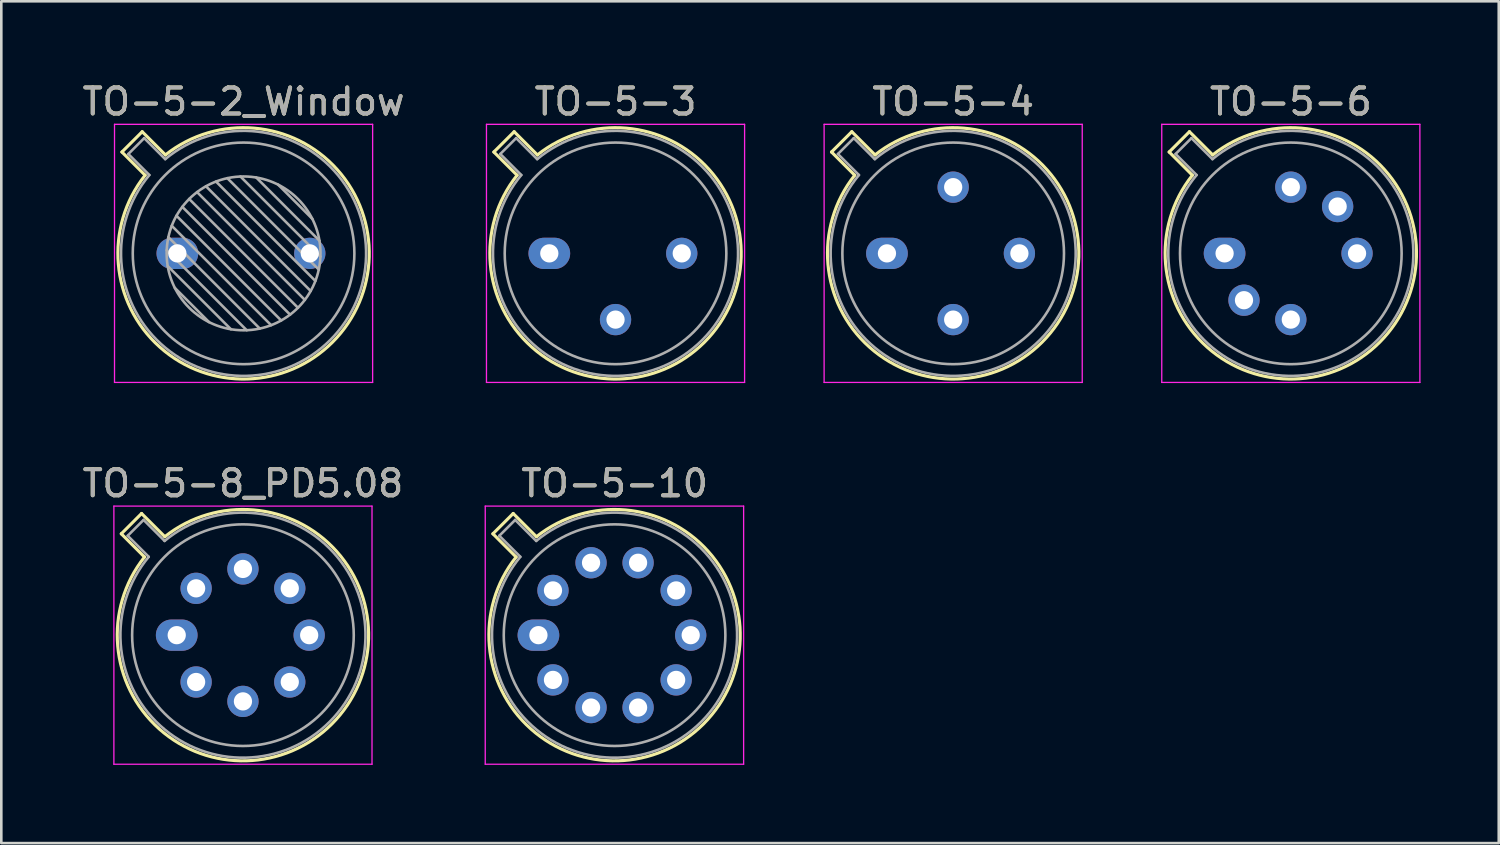
<source format=kicad_pcb>
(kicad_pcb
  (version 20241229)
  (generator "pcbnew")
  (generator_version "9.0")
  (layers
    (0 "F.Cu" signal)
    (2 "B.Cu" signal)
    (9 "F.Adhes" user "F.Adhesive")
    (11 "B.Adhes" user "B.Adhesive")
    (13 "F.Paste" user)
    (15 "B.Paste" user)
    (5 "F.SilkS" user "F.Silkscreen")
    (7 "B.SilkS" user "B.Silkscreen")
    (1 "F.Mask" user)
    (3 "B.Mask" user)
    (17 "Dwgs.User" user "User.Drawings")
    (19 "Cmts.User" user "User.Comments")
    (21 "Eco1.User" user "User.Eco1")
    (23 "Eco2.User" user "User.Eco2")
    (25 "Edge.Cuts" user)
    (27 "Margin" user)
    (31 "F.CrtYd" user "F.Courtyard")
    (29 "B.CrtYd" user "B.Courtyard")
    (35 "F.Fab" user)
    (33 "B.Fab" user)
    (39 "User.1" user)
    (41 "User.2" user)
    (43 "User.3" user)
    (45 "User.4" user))
  (footprint "TO-5-2_Window"
    (layer "F.Cu")
    (at 3.752 6.668)
    (property "Reference" "TO-5-2_Window" (at 2.54 -5.82 0) (layer "F.SilkS") (effects (font (size 1 1) (thickness 0.15))))
    (attr through_hole)
    (fp_line (start -2.126 -3.888) (end -1.235 -2.997) (stroke (width 0.12) (type solid)) (layer "F.SilkS"))
    (fp_line (start -1.348 -4.666) (end -2.126 -3.888) (stroke (width 0.12) (type solid)) (layer "F.SilkS"))
    (fp_line (start -0.457 -3.775) (end -1.348 -4.666) (stroke (width 0.12) (type solid)) (layer "F.SilkS"))
    (fp_arc (start -0.457084 -3.774902) (mid 5.948125 3.408384) (end -1.234674 -2.997371) (stroke (width 0.12) (type solid)) (layer "F.SilkS"))
    (fp_line (start -2.41 -4.95) (end -2.41 4.95) (stroke (width 0.05) (type solid)) (layer "F.CrtYd"))
    (fp_line (start -2.41 4.95) (end 7.49 4.95) (stroke (width 0.05) (type solid)) (layer "F.CrtYd"))
    (fp_line (start 7.49 -4.95) (end -2.41 -4.95) (stroke (width 0.05) (type solid)) (layer "F.CrtYd"))
    (fp_line (start 7.49 4.95) (end 7.49 -4.95) (stroke (width 0.05) (type solid)) (layer "F.CrtYd"))
    (fp_line (start -1.88 -3.812) (end -1.074 -3.005) (stroke (width 0.1) (type solid)) (layer "F.Fab"))
    (fp_line (start -1.272 -4.42) (end -1.88 -3.812) (stroke (width 0.1) (type solid)) (layer "F.Fab"))
    (fp_line (start -0.465 -3.614) (end -1.272 -4.42) (stroke (width 0.1) (type solid)) (layer "F.Fab"))
    (fp_line (start -0.408 -0.12) (end 2.66 2.948) (stroke (width 0.1) (type solid)) (layer "F.Fab"))
    (fp_line (start -0.371 0.485) (end 2.055 2.911) (stroke (width 0.1) (type solid)) (layer "F.Fab"))
    (fp_line (start -0.344 -0.622) (end 3.162 2.884) (stroke (width 0.1) (type solid)) (layer "F.Fab"))
    (fp_line (start -0.215 -1.058) (end 3.598 2.755) (stroke (width 0.1) (type solid)) (layer "F.Fab"))
    (fp_line (start -0.097 1.324) (end 1.216 2.637) (stroke (width 0.1) (type solid)) (layer "F.Fab"))
    (fp_line (start -0.034 -1.443) (end 3.983 2.574) (stroke (width 0.1) (type solid)) (layer "F.Fab"))
    (fp_line (start 0.19 -1.784) (end 4.324 2.35) (stroke (width 0.1) (type solid)) (layer "F.Fab"))
    (fp_line (start 0.454 -2.086) (end 4.626 2.086) (stroke (width 0.1) (type solid)) (layer "F.Fab"))
    (fp_line (start 0.756 -2.35) (end 4.89 1.784) (stroke (width 0.1) (type solid)) (layer "F.Fab"))
    (fp_line (start 1.097 -2.574) (end 5.114 1.443) (stroke (width 0.1) (type solid)) (layer "F.Fab"))
    (fp_line (start 1.482 -2.755) (end 5.295 1.058) (stroke (width 0.1) (type solid)) (layer "F.Fab"))
    (fp_line (start 1.918 -2.884) (end 5.424 0.622) (stroke (width 0.1) (type solid)) (layer "F.Fab"))
    (fp_line (start 2.42 -2.948) (end 5.488 0.12) (stroke (width 0.1) (type solid)) (layer "F.Fab"))
    (fp_line (start 3.025 -2.911) (end 5.451 -0.485) (stroke (width 0.1) (type solid)) (layer "F.Fab"))
    (fp_line (start 3.864 -2.637) (end 5.177 -1.324) (stroke (width 0.1) (type solid)) (layer "F.Fab"))
    (fp_arc (start -0.465408 -3.61352) (mid 5.863443 3.323361) (end -1.073594 -3.005319) (stroke (width 0.1) (type solid)) (layer "F.Fab"))
    (fp_circle (center 2.54 0) (end 5.49 0) (stroke (width 0.1) (type solid)) (fill no) (layer "F.Fab"))
    (fp_circle (center 2.54 0) (end 6.79 0) (stroke (width 0.1) (type solid)) (fill no) (layer "F.Fab"))
    (fp_text user "${REFERENCE}" (at 2.54 -5.82 0) (layer "F.Fab") (effects (font (size 1 1) (thickness 0.15))))
    (pad "1" thru_hole oval (at 0 0) (size 1.6 1.2) (drill 0.7) (layers "*.Cu" "*.Mask"))
    (pad "2" thru_hole oval (at 5.08 0) (size 1.2 1.2) (drill 0.7) (layers "*.Cu" "*.Mask")))
  (footprint "TO-5-10"
    (layer "F.Cu")
    (at 17.601 21.311)
    (property "Reference" "TO-5-10" (at 2.92 -5.82 0) (layer "F.SilkS") (effects (font (size 1 1) (thickness 0.15))))
    (attr through_hole)
    (fp_line (start -1.746 -3.888) (end -0.855 -2.997) (stroke (width 0.12) (type solid)) (layer "F.SilkS"))
    (fp_line (start -0.968 -4.666) (end -1.746 -3.888) (stroke (width 0.12) (type solid)) (layer "F.SilkS"))
    (fp_line (start -0.077 -3.775) (end -0.968 -4.666) (stroke (width 0.12) (type solid)) (layer "F.SilkS"))
    (fp_arc (start -0.077084 -3.774902) (mid 6.328125 3.408384) (end -0.854674 -2.997371) (stroke (width 0.12) (type solid)) (layer "F.SilkS"))
    (fp_line (start -2.04 -4.95) (end -2.04 4.95) (stroke (width 0.05) (type solid)) (layer "F.CrtYd"))
    (fp_line (start -2.04 4.95) (end 7.87 4.95) (stroke (width 0.05) (type solid)) (layer "F.CrtYd"))
    (fp_line (start 7.87 -4.95) (end -2.04 -4.95) (stroke (width 0.05) (type solid)) (layer "F.CrtYd"))
    (fp_line (start 7.87 4.95) (end 7.87 -4.95) (stroke (width 0.05) (type solid)) (layer "F.CrtYd"))
    (fp_line (start -1.5 -3.812) (end -0.694 -3.005) (stroke (width 0.1) (type solid)) (layer "F.Fab"))
    (fp_line (start -0.892 -4.42) (end -1.5 -3.812) (stroke (width 0.1) (type solid)) (layer "F.Fab"))
    (fp_line (start -0.085 -3.614) (end -0.892 -4.42) (stroke (width 0.1) (type solid)) (layer "F.Fab"))
    (fp_arc (start -0.085408 -3.61352) (mid 6.243443 3.323361) (end -0.693594 -3.005319) (stroke (width 0.1) (type solid)) (layer "F.Fab"))
    (fp_circle (center 2.92 0) (end 7.17 0) (stroke (width 0.1) (type solid)) (fill no) (layer "F.Fab"))
    (fp_text user "${REFERENCE}" (at 2.92 -5.82 0) (layer "F.Fab") (effects (font (size 1 1) (thickness 0.15))))
    (pad "1" thru_hole oval (at 0 0) (size 1.6 1.2) (drill 0.7) (layers "*.Cu" "*.Mask"))
    (pad "2" thru_hole oval (at 0.558 1.716) (size 1.2 1.2) (drill 0.7) (layers "*.Cu" "*.Mask"))
    (pad "3" thru_hole oval (at 2.018 2.777) (size 1.2 1.2) (drill 0.7) (layers "*.Cu" "*.Mask"))
    (pad "4" thru_hole oval (at 3.822 2.777) (size 1.2 1.2) (drill 0.7) (layers "*.Cu" "*.Mask"))
    (pad "5" thru_hole oval (at 5.282 1.716) (size 1.2 1.2) (drill 0.7) (layers "*.Cu" "*.Mask"))
    (pad "6" thru_hole oval (at 5.84 0) (size 1.2 1.2) (drill 0.7) (layers "*.Cu" "*.Mask"))
    (pad "7" thru_hole oval (at 5.282 -1.716) (size 1.2 1.2) (drill 0.7) (layers "*.Cu" "*.Mask"))
    (pad "8" thru_hole oval (at 3.822 -2.777) (size 1.2 1.2) (drill 0.7) (layers "*.Cu" "*.Mask"))
    (pad "9" thru_hole oval (at 2.018 -2.777) (size 1.2 1.2) (drill 0.7) (layers "*.Cu" "*.Mask"))
    (pad "10" thru_hole oval (at 0.558 -1.716) (size 1.2 1.2) (drill 0.7) (layers "*.Cu" "*.Mask")))
  (footprint "TO-5-6"
    (layer "F.Cu")
    (at 43.918 6.668)
    (property "Reference" "TO-5-6" (at 2.54 -5.82 0) (layer "F.SilkS") (effects (font (size 1 1) (thickness 0.15))))
    (attr through_hole)
    (fp_line (start -2.126 -3.888) (end -1.235 -2.997) (stroke (width 0.12) (type solid)) (layer "F.SilkS"))
    (fp_line (start -1.348 -4.666) (end -2.126 -3.888) (stroke (width 0.12) (type solid)) (layer "F.SilkS"))
    (fp_line (start -0.457 -3.775) (end -1.348 -4.666) (stroke (width 0.12) (type solid)) (layer "F.SilkS"))
    (fp_arc (start -0.457084 -3.774902) (mid 5.948125 3.408384) (end -1.234674 -2.997371) (stroke (width 0.12) (type solid)) (layer "F.SilkS"))
    (fp_line (start -2.41 -4.95) (end -2.41 4.95) (stroke (width 0.05) (type solid)) (layer "F.CrtYd"))
    (fp_line (start -2.41 4.95) (end 7.49 4.95) (stroke (width 0.05) (type solid)) (layer "F.CrtYd"))
    (fp_line (start 7.49 -4.95) (end -2.41 -4.95) (stroke (width 0.05) (type solid)) (layer "F.CrtYd"))
    (fp_line (start 7.49 4.95) (end 7.49 -4.95) (stroke (width 0.05) (type solid)) (layer "F.CrtYd"))
    (fp_line (start -1.88 -3.812) (end -1.074 -3.005) (stroke (width 0.1) (type solid)) (layer "F.Fab"))
    (fp_line (start -1.272 -4.42) (end -1.88 -3.812) (stroke (width 0.1) (type solid)) (layer "F.Fab"))
    (fp_line (start -0.465 -3.614) (end -1.272 -4.42) (stroke (width 0.1) (type solid)) (layer "F.Fab"))
    (fp_arc (start -0.465408 -3.61352) (mid 5.863443 3.323361) (end -1.073594 -3.005319) (stroke (width 0.1) (type solid)) (layer "F.Fab"))
    (fp_circle (center 2.54 0) (end 6.79 0) (stroke (width 0.1) (type solid)) (fill no) (layer "F.Fab"))
    (fp_text user "${REFERENCE}" (at 2.54 -5.82 0) (layer "F.Fab") (effects (font (size 1 1) (thickness 0.15))))
    (pad "1" thru_hole oval (at 0 0) (size 1.6 1.2) (drill 0.7) (layers "*.Cu" "*.Mask"))
    (pad "2" thru_hole oval (at 0.744 1.796) (size 1.2 1.2) (drill 0.7) (layers "*.Cu" "*.Mask"))
    (pad "3" thru_hole oval (at 2.54 2.54) (size 1.2 1.2) (drill 0.7) (layers "*.Cu" "*.Mask"))
    (pad "4" thru_hole oval (at 5.08 0) (size 1.2 1.2) (drill 0.7) (layers "*.Cu" "*.Mask"))
    (pad "5" thru_hole oval (at 4.336 -1.796) (size 1.2 1.2) (drill 0.7) (layers "*.Cu" "*.Mask"))
    (pad "6" thru_hole oval (at 2.54 -2.54) (size 1.2 1.2) (drill 0.7) (layers "*.Cu" "*.Mask")))
  (footprint "TO-5-3"
    (layer "F.Cu")
    (at 18.018 6.668)
    (property "Reference" "TO-5-3" (at 2.54 -5.82 0) (layer "F.SilkS") (effects (font (size 1 1) (thickness 0.15))))
    (attr through_hole)
    (fp_line (start -2.126 -3.888) (end -1.235 -2.997) (stroke (width 0.12) (type solid)) (layer "F.SilkS"))
    (fp_line (start -1.348 -4.666) (end -2.126 -3.888) (stroke (width 0.12) (type solid)) (layer "F.SilkS"))
    (fp_line (start -0.457 -3.775) (end -1.348 -4.666) (stroke (width 0.12) (type solid)) (layer "F.SilkS"))
    (fp_arc (start -0.457084 -3.774902) (mid 5.948125 3.408384) (end -1.234674 -2.997371) (stroke (width 0.12) (type solid)) (layer "F.SilkS"))
    (fp_line (start -2.41 -4.95) (end -2.41 4.95) (stroke (width 0.05) (type solid)) (layer "F.CrtYd"))
    (fp_line (start -2.41 4.95) (end 7.49 4.95) (stroke (width 0.05) (type solid)) (layer "F.CrtYd"))
    (fp_line (start 7.49 -4.95) (end -2.41 -4.95) (stroke (width 0.05) (type solid)) (layer "F.CrtYd"))
    (fp_line (start 7.49 4.95) (end 7.49 -4.95) (stroke (width 0.05) (type solid)) (layer "F.CrtYd"))
    (fp_line (start -1.88 -3.812) (end -1.074 -3.005) (stroke (width 0.1) (type solid)) (layer "F.Fab"))
    (fp_line (start -1.272 -4.42) (end -1.88 -3.812) (stroke (width 0.1) (type solid)) (layer "F.Fab"))
    (fp_line (start -0.465 -3.614) (end -1.272 -4.42) (stroke (width 0.1) (type solid)) (layer "F.Fab"))
    (fp_arc (start -0.465408 -3.61352) (mid 5.863443 3.323361) (end -1.073594 -3.005319) (stroke (width 0.1) (type solid)) (layer "F.Fab"))
    (fp_circle (center 2.54 0) (end 6.79 0) (stroke (width 0.1) (type solid)) (fill no) (layer "F.Fab"))
    (fp_text user "${REFERENCE}" (at 2.54 -5.82 0) (layer "F.Fab") (effects (font (size 1 1) (thickness 0.15))))
    (pad "1" thru_hole oval (at 0 0) (size 1.6 1.2) (drill 0.7) (layers "*.Cu" "*.Mask"))
    (pad "2" thru_hole oval (at 2.54 2.54) (size 1.2 1.2) (drill 0.7) (layers "*.Cu" "*.Mask"))
    (pad "3" thru_hole oval (at 5.08 0) (size 1.2 1.2) (drill 0.7) (layers "*.Cu" "*.Mask")))
  (footprint "TO-5-8_PD5.08"
    (layer "F.Cu")
    (at 3.728 21.311)
    (property "Reference" "TO-5-8_PD5.08" (at 2.54 -5.82 0) (layer "F.SilkS") (effects (font (size 1 1) (thickness 0.15))))
    (attr through_hole)
    (fp_line (start -2.126 -3.888) (end -1.235 -2.997) (stroke (width 0.12) (type solid)) (layer "F.SilkS"))
    (fp_line (start -1.348 -4.666) (end -2.126 -3.888) (stroke (width 0.12) (type solid)) (layer "F.SilkS"))
    (fp_line (start -0.457 -3.775) (end -1.348 -4.666) (stroke (width 0.12) (type solid)) (layer "F.SilkS"))
    (fp_arc (start -0.457084 -3.774902) (mid 5.948125 3.408384) (end -1.234674 -2.997371) (stroke (width 0.12) (type solid)) (layer "F.SilkS"))
    (fp_line (start -2.41 -4.95) (end -2.41 4.95) (stroke (width 0.05) (type solid)) (layer "F.CrtYd"))
    (fp_line (start -2.41 4.95) (end 7.49 4.95) (stroke (width 0.05) (type solid)) (layer "F.CrtYd"))
    (fp_line (start 7.49 -4.95) (end -2.41 -4.95) (stroke (width 0.05) (type solid)) (layer "F.CrtYd"))
    (fp_line (start 7.49 4.95) (end 7.49 -4.95) (stroke (width 0.05) (type solid)) (layer "F.CrtYd"))
    (fp_line (start -1.88 -3.812) (end -1.074 -3.005) (stroke (width 0.1) (type solid)) (layer "F.Fab"))
    (fp_line (start -1.272 -4.42) (end -1.88 -3.812) (stroke (width 0.1) (type solid)) (layer "F.Fab"))
    (fp_line (start -0.465 -3.614) (end -1.272 -4.42) (stroke (width 0.1) (type solid)) (layer "F.Fab"))
    (fp_arc (start -0.465408 -3.61352) (mid 5.863443 3.323361) (end -1.073594 -3.005319) (stroke (width 0.1) (type solid)) (layer "F.Fab"))
    (fp_circle (center 2.54 0) (end 6.79 0) (stroke (width 0.1) (type solid)) (fill no) (layer "F.Fab"))
    (fp_text user "${REFERENCE}" (at 2.54 -5.82 0) (layer "F.Fab") (effects (font (size 1 1) (thickness 0.15))))
    (pad "1" thru_hole oval (at 0 0) (size 1.6 1.2) (drill 0.7) (layers "*.Cu" "*.Mask"))
    (pad "2" thru_hole oval (at 0.744 1.796) (size 1.2 1.2) (drill 0.7) (layers "*.Cu" "*.Mask"))
    (pad "3" thru_hole oval (at 2.54 2.54) (size 1.2 1.2) (drill 0.7) (layers "*.Cu" "*.Mask"))
    (pad "4" thru_hole oval (at 4.336 1.796) (size 1.2 1.2) (drill 0.7) (layers "*.Cu" "*.Mask"))
    (pad "5" thru_hole oval (at 5.08 0) (size 1.2 1.2) (drill 0.7) (layers "*.Cu" "*.Mask"))
    (pad "6" thru_hole oval (at 4.336 -1.796) (size 1.2 1.2) (drill 0.7) (layers "*.Cu" "*.Mask"))
    (pad "7" thru_hole oval (at 2.54 -2.54) (size 1.2 1.2) (drill 0.7) (layers "*.Cu" "*.Mask"))
    (pad "8" thru_hole oval (at 0.744 -1.796) (size 1.2 1.2) (drill 0.7) (layers "*.Cu" "*.Mask")))
  (footprint "TO-5-4"
    (layer "F.Cu")
    (at 30.968 6.668)
    (property "Reference" "TO-5-4" (at 2.54 -5.82 0) (layer "F.SilkS") (effects (font (size 1 1) (thickness 0.15))))
    (attr through_hole)
    (fp_line (start -2.126 -3.888) (end -1.235 -2.997) (stroke (width 0.12) (type solid)) (layer "F.SilkS"))
    (fp_line (start -1.348 -4.666) (end -2.126 -3.888) (stroke (width 0.12) (type solid)) (layer "F.SilkS"))
    (fp_line (start -0.457 -3.775) (end -1.348 -4.666) (stroke (width 0.12) (type solid)) (layer "F.SilkS"))
    (fp_arc (start -0.457084 -3.774902) (mid 5.948125 3.408384) (end -1.234674 -2.997371) (stroke (width 0.12) (type solid)) (layer "F.SilkS"))
    (fp_line (start -2.41 -4.95) (end -2.41 4.95) (stroke (width 0.05) (type solid)) (layer "F.CrtYd"))
    (fp_line (start -2.41 4.95) (end 7.49 4.95) (stroke (width 0.05) (type solid)) (layer "F.CrtYd"))
    (fp_line (start 7.49 -4.95) (end -2.41 -4.95) (stroke (width 0.05) (type solid)) (layer "F.CrtYd"))
    (fp_line (start 7.49 4.95) (end 7.49 -4.95) (stroke (width 0.05) (type solid)) (layer "F.CrtYd"))
    (fp_line (start -1.88 -3.812) (end -1.074 -3.005) (stroke (width 0.1) (type solid)) (layer "F.Fab"))
    (fp_line (start -1.272 -4.42) (end -1.88 -3.812) (stroke (width 0.1) (type solid)) (layer "F.Fab"))
    (fp_line (start -0.465 -3.614) (end -1.272 -4.42) (stroke (width 0.1) (type solid)) (layer "F.Fab"))
    (fp_arc (start -0.465408 -3.61352) (mid 5.863443 3.323361) (end -1.073594 -3.005319) (stroke (width 0.1) (type solid)) (layer "F.Fab"))
    (fp_circle (center 2.54 0) (end 6.79 0) (stroke (width 0.1) (type solid)) (fill no) (layer "F.Fab"))
    (fp_text user "${REFERENCE}" (at 2.54 -5.82 0) (layer "F.Fab") (effects (font (size 1 1) (thickness 0.15))))
    (pad "1" thru_hole oval (at 0 0) (size 1.6 1.2) (drill 0.7) (layers "*.Cu" "*.Mask"))
    (pad "2" thru_hole oval (at 2.54 2.54) (size 1.2 1.2) (drill 0.7) (layers "*.Cu" "*.Mask"))
    (pad "3" thru_hole oval (at 5.08 0) (size 1.2 1.2) (drill 0.7) (layers "*.Cu" "*.Mask"))
    (pad "4" thru_hole oval (at 2.54 -2.54) (size 1.2 1.2) (drill 0.7) (layers "*.Cu" "*.Mask")))
  (gr_rect
    (start -3 -3)
    (end 54.433 29.287)
    (stroke (width 0.1) (type default))
    (fill no)
    (layer "Edge.Cuts")))
</source>
